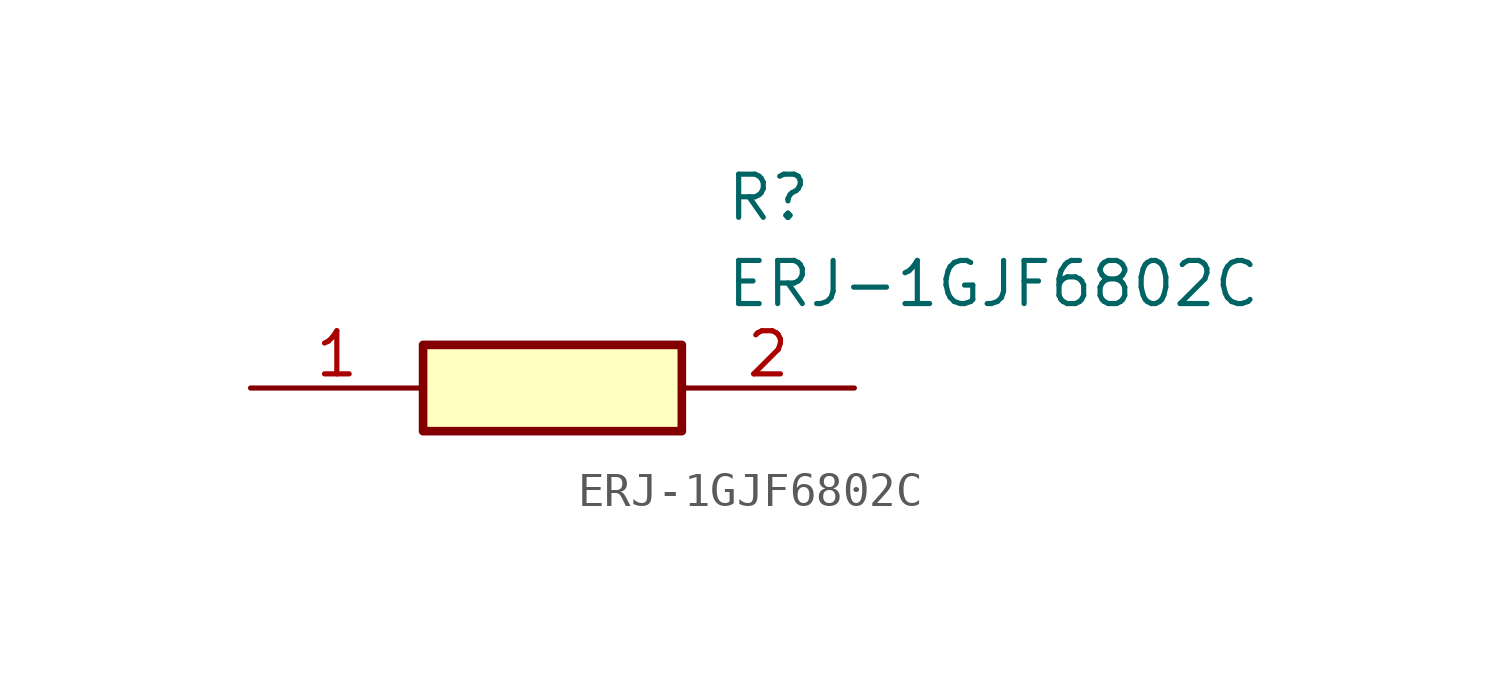
<source format=kicad_sym>
(kicad_symbol_lib
  (version 20211014)
  (generator SamacSys_ECAD_Model)
  (symbol "ERJ-1GJF6802C"
    (pin_names hide)
    (property "Reference" "R"
      (at 13.97 6.35 0)
      (effects (font (size 1.27 1.27)) (justify left top)))
    (property "Value" "ERJ-1GJF6802C"
      (at 13.97 3.81 0)
      (effects (font (size 1.27 1.27)) (justify left top)))
    (rectangle
      (start 5.08 1.27)
      (end 12.7 -1.27)
      (stroke (width 0.254) (type default))
      (fill (type background)))
    (pin passive line
      (at 0 0 0)
      (length 5.08)
      (name "1" (effects (font (size 1.27 1.27))))
      (number "1" (effects (font (size 1.27 1.27)))))
    (pin passive line
      (at 17.78 0 180)
      (length 5.08)
      (name "2" (effects (font (size 1.27 1.27))))
      (number "2" (effects (font (size 1.27 1.27)))))))
</source>
